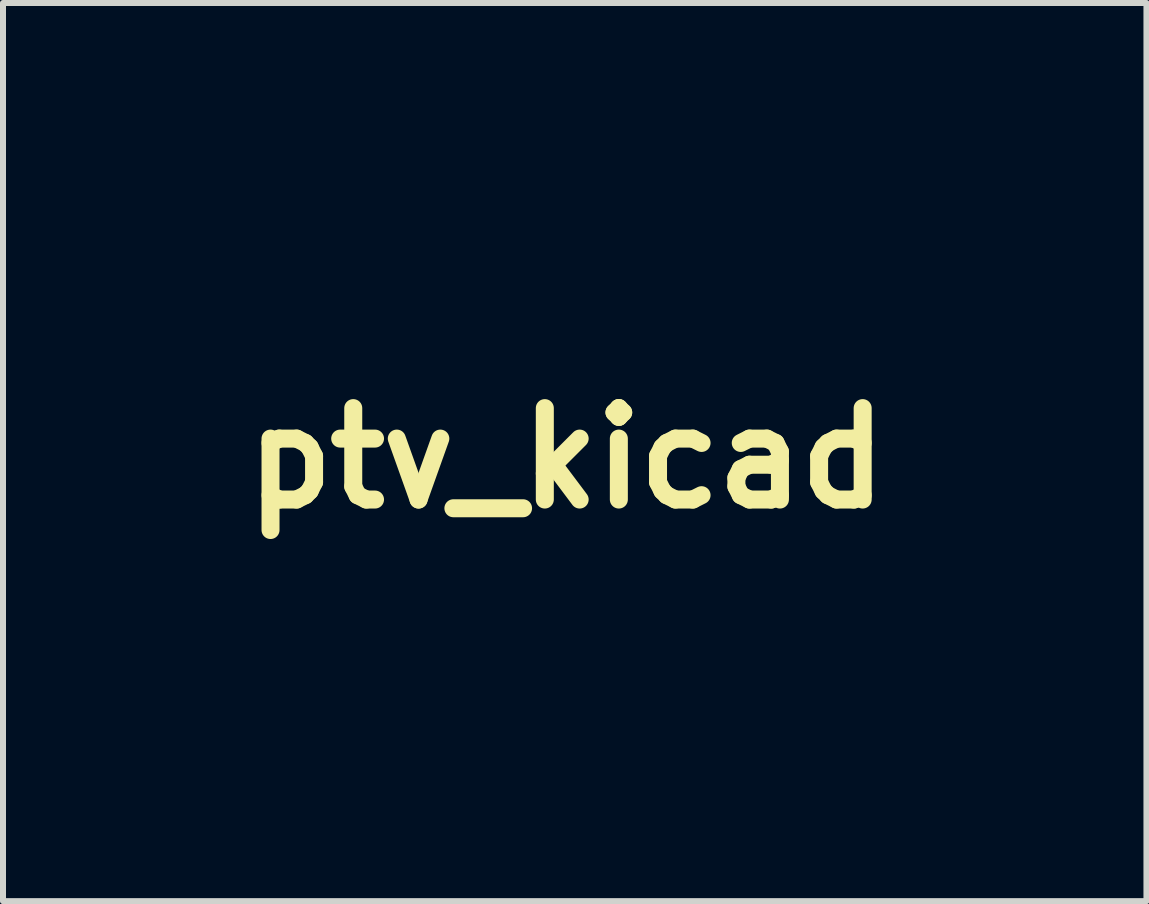
<source format=kicad_pcb>
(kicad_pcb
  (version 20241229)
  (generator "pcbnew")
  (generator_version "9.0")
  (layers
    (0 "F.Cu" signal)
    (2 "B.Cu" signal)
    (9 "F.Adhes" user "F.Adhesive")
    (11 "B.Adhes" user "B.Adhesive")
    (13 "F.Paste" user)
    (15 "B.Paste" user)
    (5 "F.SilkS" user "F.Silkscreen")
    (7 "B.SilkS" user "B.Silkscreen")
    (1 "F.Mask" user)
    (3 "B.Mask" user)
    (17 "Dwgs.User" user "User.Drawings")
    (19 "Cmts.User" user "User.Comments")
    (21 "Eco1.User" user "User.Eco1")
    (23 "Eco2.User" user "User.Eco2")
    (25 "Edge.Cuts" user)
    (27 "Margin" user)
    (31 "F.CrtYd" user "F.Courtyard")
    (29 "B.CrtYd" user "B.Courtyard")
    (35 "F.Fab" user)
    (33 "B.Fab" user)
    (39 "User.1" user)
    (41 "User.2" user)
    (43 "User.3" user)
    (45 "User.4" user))
  (footprint "ptv_kicad"
    (layer "F.Cu")
    (at 6.394 4.587)
    (property "Reference" "ptv_kicad" (at 0 0 0) (layer "F.SilkS") (effects (font (size 1.524 1.524) (thickness 0.3))))
    (attr through_hole)
    (fp_poly (pts (xy -1.658 1.75) (xy -1.674 1.766) (xy -1.69 1.75) (xy -1.674 1.734) (xy -1.658 1.75)) (stroke (width 0.01) (type solid)) (fill no) (layer "Eco2.User"))
    (fp_poly (pts (xy -1.373 3.385) (xy -2.325 3.385) (xy -2.325 3.131) (xy -1.373 3.131) (xy -1.373 3.385)) (stroke (width 0.01) (type solid)) (fill no) (layer "Eco2.User"))
    (fp_poly (pts (xy -0.674 -0.79) (xy -0.69 -0.774) (xy -0.706 -0.79) (xy -0.69 -0.806) (xy -0.674 -0.79)) (stroke (width 0.01) (type solid)) (fill no) (layer "Eco2.User"))
    (fp_poly (pts (xy -0.642 -0.377) (xy -0.658 -0.362) (xy -0.674 -0.377) (xy -0.658 -0.393) (xy -0.642 -0.377)) (stroke (width 0.01) (type solid)) (fill no) (layer "Eco2.User"))
    (fp_poly (pts (xy 0.501 0.861) (xy 0.485 0.877) (xy 0.469 0.861) (xy 0.485 0.845) (xy 0.501 0.861)) (stroke (width 0.01) (type solid)) (fill no) (layer "Eco2.User"))
    (fp_poly (pts (xy 0.786 -2.187) (xy 0.77 -2.171) (xy 0.755 -2.187) (xy 0.77 -2.203) (xy 0.786 -2.187)) (stroke (width 0.01) (type solid)) (fill no) (layer "Eco2.User"))
    (fp_poly (pts (xy 1.04 -4.187) (xy 1.024 -4.172) (xy 1.009 -4.187) (xy 1.024 -4.203) (xy 1.04 -4.187)) (stroke (width 0.01) (type solid)) (fill no) (layer "Eco2.User"))
    (fp_poly (pts (xy 1.072 -1.933) (xy 1.056 -1.917) (xy 1.04 -1.933) (xy 1.056 -1.949) (xy 1.072 -1.933)) (stroke (width 0.01) (type solid)) (fill no) (layer "Eco2.User"))
    (fp_poly (pts (xy 2.088 4.369) (xy 1.675 4.369) (xy 1.675 3.131) (xy 2.088 3.131) (xy 2.088 4.369)) (stroke (width 0.01) (type solid)) (fill no) (layer "Eco2.User"))
    (fp_poly (pts (xy 2.342 2.099) (xy 2.326 2.115) (xy 2.31 2.099) (xy 2.326 2.083) (xy 2.342 2.099)) (stroke (width 0.01) (type solid)) (fill no) (layer "Eco2.User"))
    (fp_poly (pts (xy -0.685 -1.716) (xy -0.689 -1.697) (xy -0.706 -1.695) (xy -0.732 -1.707) (xy -0.727 -1.716) (xy -0.689 -1.72) (xy -0.685 -1.716)) (stroke (width 0.01) (type solid)) (fill no) (layer "Eco2.User"))
    (fp_poly (pts (xy -0.304 -0.414) (xy -0.308 -0.396) (xy -0.325 -0.393) (xy -0.351 -0.405) (xy -0.346 -0.414) (xy -0.308 -0.418) (xy -0.304 -0.414)) (stroke (width 0.01) (type solid)) (fill no) (layer "Eco2.User"))
    (fp_poly (pts (xy 2.27 2.096) (xy 2.261 2.11) (xy 2.228 2.112) (xy 2.194 2.105) (xy 2.209 2.093) (xy 2.259 2.089) (xy 2.27 2.096)) (stroke (width 0.01) (type solid)) (fill no) (layer "Eco2.User"))
    (fp_poly (pts (xy -1.976 3.794) (xy -1.969 3.918) (xy -1.942 3.997) (xy -1.881 4.042) (xy -1.775 4.066) (xy -1.708 4.074) (xy -1.531 4.092) (xy -1.531 4.369) (xy -1.793 4.367) (xy -1.935 4.361) (xy -2.07 4.347) (xy -2.171 4.329) (xy -2.182 4.326) (xy -2.309 4.288) (xy -2.327 3.607) (xy -1.976 3.607) (xy -1.976 3.794)) (stroke (width 0.01) (type solid)) (fill no) (layer "Eco2.User"))
    (fp_poly (pts (xy 6.13 3.132) (xy 6.276 3.136) (xy 6.379 3.143) (xy 6.451 3.155) (xy 6.501 3.172) (xy 6.526 3.186) (xy 6.594 3.234) (xy 6.636 3.273) (xy 6.644 3.314) (xy 6.65 3.408) (xy 6.656 3.542) (xy 6.659 3.707) (xy 6.66 3.839) (xy 6.66 4.372) (xy 6.446 4.363) (xy 6.231 4.353) (xy 6.226 3.896) (xy 6.222 3.706) (xy 6.216 3.57) (xy 6.203 3.479) (xy 6.178 3.425) (xy 6.138 3.397) (xy 6.078 3.387) (xy 6.001 3.385) (xy 5.866 3.385) (xy 5.866 4.369) (xy 5.422 4.369) (xy 5.422 3.131) (xy 5.931 3.131) (xy 6.13 3.132)) (stroke (width 0.01) (type solid)) (fill no) (layer "Eco2.User"))
    (fp_poly (pts (xy -5.766 3.143) (xy -5.55 3.178) (xy -5.391 3.236) (xy -5.302 3.302) (xy -5.251 3.401) (xy -5.246 3.522) (xy -5.285 3.646) (xy -5.345 3.733) (xy -5.399 3.787) (xy -5.45 3.821) (xy -5.517 3.839) (xy -5.619 3.85) (xy -5.694 3.855) (xy -5.945 3.869) (xy -5.945 4.369) (xy -6.389 4.369) (xy -6.389 3.607) (xy -6.137 3.607) (xy -5.951 3.6) (xy -5.823 3.579) (xy -5.748 3.542) (xy -5.723 3.488) (xy -5.722 3.484) (xy -5.731 3.442) (xy -5.763 3.413) (xy -5.829 3.396) (xy -5.938 3.387) (xy -6.1 3.385) (xy -6.106 3.385) (xy -6.389 3.385) (xy -6.389 3.131) (xy -6.036 3.131) (xy -5.766 3.143)) (stroke (width 0.01) (type solid)) (fill no) (layer "Eco2.User"))
    (fp_poly (pts (xy -4.648 3.133) (xy -4.517 3.139) (xy -4.423 3.147) (xy -4.377 3.157) (xy -4.375 3.159) (xy -4.335 3.184) (xy -4.259 3.206) (xy -4.25 3.207) (xy -4.159 3.243) (xy -4.105 3.317) (xy -4.104 3.321) (xy -4.082 3.434) (xy -4.119 3.541) (xy -4.216 3.647) (xy -4.236 3.663) (xy -4.353 3.756) (xy -4.244 3.859) (xy -4.184 3.92) (xy -4.151 3.976) (xy -4.138 4.048) (xy -4.135 4.161) (xy -4.135 4.165) (xy -4.135 4.369) (xy -4.579 4.369) (xy -4.579 4.158) (xy -4.584 4.033) (xy -4.605 3.949) (xy -4.652 3.898) (xy -4.737 3.872) (xy -4.869 3.863) (xy -4.952 3.862) (xy -5.214 3.861) (xy -5.214 3.607) (xy -4.947 3.607) (xy -4.788 3.605) (xy -4.682 3.596) (xy -4.618 3.577) (xy -4.588 3.545) (xy -4.579 3.498) (xy -4.579 3.496) (xy -4.587 3.448) (xy -4.617 3.416) (xy -4.679 3.397) (xy -4.784 3.387) (xy -4.941 3.385) (xy -4.947 3.385) (xy -5.214 3.385) (xy -5.214 3.131) (xy -4.804 3.131) (xy -4.648 3.133)) (stroke (width 0.01) (type solid)) (fill no) (layer "Eco2.User"))
    (fp_poly (pts (xy 2.57 3.133) (xy 2.629 3.144) (xy 2.658 3.17) (xy 2.672 3.21) (xy 2.707 3.285) (xy 2.767 3.369) (xy 2.779 3.383) (xy 2.855 3.468) (xy 2.926 3.556) (xy 3.008 3.665) (xy 3.089 3.779) (xy 3.199 3.936) (xy 3.199 3.131) (xy 3.676 3.131) (xy 3.676 4.369) (xy 3.203 4.369) (xy 3.193 4.234) (xy 3.182 4.099) (xy 3.139 4.185) (xy 3.095 4.246) (xy 3.026 4.291) (xy 2.925 4.323) (xy 2.78 4.345) (xy 2.583 4.359) (xy 2.541 4.361) (xy 2.183 4.377) (xy 2.183 4.083) (xy 2.419 4.083) (xy 2.541 4.081) (xy 2.642 4.074) (xy 2.702 4.065) (xy 2.705 4.064) (xy 2.736 4.028) (xy 2.753 3.965) (xy 2.753 3.901) (xy 2.733 3.864) (xy 2.724 3.861) (xy 2.692 3.835) (xy 2.654 3.77) (xy 2.647 3.753) (xy 2.606 3.674) (xy 2.563 3.622) (xy 2.559 3.618) (xy 2.491 3.557) (xy 2.414 3.46) (xy 2.346 3.351) (xy 2.302 3.255) (xy 2.296 3.234) (xy 2.274 3.131) (xy 2.463 3.131) (xy 2.57 3.133)) (stroke (width 0.01) (type solid)) (fill no) (layer "Eco2.User"))
    (fp_poly (pts (xy 4.779 3.153) (xy 4.982 3.216) (xy 5.141 3.317) (xy 5.253 3.453) (xy 5.315 3.621) (xy 5.325 3.75) (xy 5.314 3.842) (xy 5.287 3.944) (xy 5.252 4.037) (xy 5.216 4.098) (xy 5.2 4.11) (xy 5.146 4.143) (xy 5.101 4.193) (xy 5.086 4.235) (xy 5.088 4.241) (xy 5.072 4.265) (xy 5.007 4.292) (xy 4.908 4.319) (xy 4.789 4.343) (xy 4.665 4.359) (xy 4.549 4.366) (xy 4.531 4.366) (xy 4.399 4.358) (xy 4.272 4.34) (xy 4.201 4.324) (xy 4.12 4.291) (xy 4.069 4.257) (xy 4.064 4.248) (xy 4.026 4.214) (xy 4.006 4.21) (xy 3.966 4.196) (xy 3.961 4.185) (xy 3.942 4.145) (xy 3.897 4.09) (xy 3.81 3.953) (xy 3.771 3.794) (xy 3.774 3.741) (xy 4.186 3.741) (xy 4.204 3.866) (xy 4.279 3.969) (xy 4.352 4.023) (xy 4.486 4.073) (xy 4.625 4.062) (xy 4.76 3.993) (xy 4.807 3.953) (xy 4.891 3.839) (xy 4.914 3.724) (xy 4.874 3.612) (xy 4.838 3.566) (xy 4.783 3.501) (xy 4.751 3.452) (xy 4.75 3.448) (xy 4.714 3.423) (xy 4.637 3.4) (xy 4.599 3.394) (xy 4.447 3.398) (xy 4.324 3.452) (xy 4.239 3.548) (xy 4.221 3.588) (xy 4.186 3.741) (xy 3.774 3.741) (xy 3.779 3.628) (xy 3.833 3.473) (xy 3.93 3.344) (xy 3.966 3.314) (xy 4.108 3.22) (xy 4.24 3.164) (xy 4.386 3.137) (xy 4.537 3.131) (xy 4.779 3.153)) (stroke (width 0.01) (type solid)) (fill no) (layer "Eco2.User"))
    (fp_poly (pts (xy 0.645 3.234) (xy 0.671 3.32) (xy 0.703 3.381) (xy 0.703 3.382) (xy 0.73 3.433) (xy 0.767 3.526) (xy 0.804 3.634) (xy 0.841 3.739) (xy 0.875 3.817) (xy 0.9 3.851) (xy 0.9 3.851) (xy 0.923 3.829) (xy 0.95 3.76) (xy 0.973 3.679) (xy 1 3.575) (xy 1.025 3.495) (xy 1.04 3.464) (xy 1.065 3.417) (xy 1.098 3.333) (xy 1.113 3.29) (xy 1.161 3.147) (xy 1.366 3.138) (xy 1.484 3.136) (xy 1.553 3.145) (xy 1.586 3.167) (xy 1.591 3.177) (xy 1.595 3.219) (xy 1.584 3.226) (xy 1.553 3.253) (xy 1.518 3.317) (xy 1.492 3.392) (xy 1.485 3.442) (xy 1.473 3.497) (xy 1.443 3.587) (xy 1.402 3.693) (xy 1.358 3.798) (xy 1.318 3.881) (xy 1.29 3.925) (xy 1.288 3.926) (xy 1.268 3.963) (xy 1.236 4.044) (xy 1.2 4.151) (xy 1.199 4.156) (xy 1.133 4.369) (xy 0.88 4.369) (xy 0.755 4.368) (xy 0.68 4.363) (xy 0.642 4.349) (xy 0.629 4.323) (xy 0.628 4.294) (xy 0.614 4.227) (xy 0.577 4.128) (xy 0.533 4.032) (xy 0.484 3.93) (xy 0.449 3.846) (xy 0.437 3.802) (xy 0.425 3.745) (xy 0.396 3.665) (xy 0.394 3.66) (xy 0.337 3.525) (xy 0.302 3.434) (xy 0.284 3.369) (xy 0.279 3.317) (xy 0.278 3.304) (xy 0.267 3.245) (xy 0.247 3.226) (xy 0.218 3.2) (xy 0.215 3.179) (xy 0.229 3.152) (xy 0.278 3.137) (xy 0.376 3.131) (xy 0.419 3.131) (xy 0.623 3.131) (xy 0.645 3.234)) (stroke (width 0.01) (type solid)) (fill no) (layer "Eco2.User"))
    (fp_poly (pts (xy -3.191 3.139) (xy -3.049 3.149) (xy -2.918 3.168) (xy -2.822 3.19) (xy -2.803 3.196) (xy -2.717 3.246) (xy -2.627 3.319) (xy -2.548 3.4) (xy -2.496 3.474) (xy -2.485 3.51) (xy -2.474 3.569) (xy -2.448 3.653) (xy -2.445 3.662) (xy -2.423 3.749) (xy -2.435 3.811) (xy -2.445 3.83) (xy -2.476 3.897) (xy -2.484 3.933) (xy -2.502 3.978) (xy -2.549 4.055) (xy -2.611 4.143) (xy -2.675 4.225) (xy -2.72 4.28) (xy -2.738 4.295) (xy -2.738 4.295) (xy -2.765 4.293) (xy -2.834 4.307) (xy -2.889 4.323) (xy -3.029 4.351) (xy -3.199 4.364) (xy -3.375 4.362) (xy -3.534 4.346) (xy -3.636 4.321) (xy -3.757 4.254) (xy -3.875 4.152) (xy -3.975 4.032) (xy -4.041 3.912) (xy -4.056 3.86) (xy -4.061 3.754) (xy -3.66 3.754) (xy -3.61 3.872) (xy -3.534 3.961) (xy -3.408 4.054) (xy -3.276 4.087) (xy -3.127 4.06) (xy -3.102 4.051) (xy -2.986 3.979) (xy -2.918 3.867) (xy -2.898 3.728) (xy -2.906 3.623) (xy -2.931 3.56) (xy -2.939 3.553) (xy -2.986 3.502) (xy -3 3.474) (xy -3.041 3.437) (xy -3.122 3.41) (xy -3.224 3.395) (xy -3.33 3.392) (xy -3.423 3.401) (xy -3.485 3.425) (xy -3.5 3.451) (xy -3.522 3.49) (xy -3.575 3.546) (xy -3.579 3.55) (xy -3.65 3.645) (xy -3.66 3.754) (xy -4.061 3.754) (xy -4.066 3.67) (xy -4.024 3.512) (xy -3.928 3.375) (xy -3.901 3.349) (xy -3.763 3.243) (xy -3.61 3.175) (xy -3.43 3.142) (xy -3.206 3.138) (xy -3.191 3.139)) (stroke (width 0.01) (type solid)) (fill no) (layer "Eco2.User"))
    (fp_poly (pts (xy -0.463 3.136) (xy -0.333 3.15) (xy -0.222 3.169) (xy -0.169 3.185) (xy -0.029 3.264) (xy 0.099 3.379) (xy 0.2 3.516) (xy 0.263 3.658) (xy 0.278 3.756) (xy 0.263 3.85) (xy 0.212 3.95) (xy 0.118 4.071) (xy 0.099 4.091) (xy 0.038 4.166) (xy -0.001 4.222) (xy -0.007 4.24) (xy -0.036 4.269) (xy -0.113 4.3) (xy -0.223 4.328) (xy -0.349 4.351) (xy -0.477 4.364) (xy -0.552 4.366) (xy -0.69 4.358) (xy -0.83 4.338) (xy -0.905 4.322) (xy -1.044 4.273) (xy -1.127 4.22) (xy -1.15 4.171) (xy -1.173 4.131) (xy -1.224 4.082) (xy -1.301 3.984) (xy -1.345 3.852) (xy -1.354 3.713) (xy -0.96 3.713) (xy -0.937 3.786) (xy -0.88 3.878) (xy -0.803 3.968) (xy -0.723 4.036) (xy -0.69 4.055) (xy -0.593 4.073) (xy -0.475 4.064) (xy -0.369 4.031) (xy -0.322 4.002) (xy -0.276 3.944) (xy -0.261 3.904) (xy -0.243 3.865) (xy -0.23 3.861) (xy -0.203 3.834) (xy -0.202 3.757) (xy -0.227 3.641) (xy -0.237 3.607) (xy -0.304 3.488) (xy -0.41 3.415) (xy -0.553 3.393) (xy -0.624 3.399) (xy -0.719 3.423) (xy -0.785 3.472) (xy -0.835 3.542) (xy -0.886 3.611) (xy -0.925 3.648) (xy -0.936 3.65) (xy -0.954 3.665) (xy -0.96 3.713) (xy -1.354 3.713) (xy -1.355 3.704) (xy -1.331 3.56) (xy -1.273 3.439) (xy -1.222 3.385) (xy -1.174 3.342) (xy -1.162 3.322) (xy -1.164 3.321) (xy -1.18 3.311) (xy -1.153 3.284) (xy -1.098 3.252) (xy -1.031 3.223) (xy -0.98 3.209) (xy -0.9 3.188) (xy -0.85 3.163) (xy -0.847 3.159) (xy -0.804 3.141) (xy -0.714 3.131) (xy -0.595 3.13) (xy -0.463 3.136)) (stroke (width 0.01) (type solid)) (fill no) (layer "Eco2.User"))
    (fp_poly (pts (xy 0.492 -2.213) (xy 0.593 -2.198) (xy 0.657 -2.178) (xy 0.673 -2.153) (xy 0.659 -2.14) (xy 0.659 -2.119) (xy 0.714 -2.099) (xy 0.736 -2.095) (xy 0.81 -2.073) (xy 0.848 -2.048) (xy 0.85 -2.043) (xy 0.873 -2.013) (xy 0.879 -2.013) (xy 0.921 -1.993) (xy 0.979 -1.944) (xy 1.039 -1.882) (xy 1.087 -1.823) (xy 1.106 -1.782) (xy 1.103 -1.774) (xy 1.095 -1.739) (xy 1.117 -1.709) (xy 1.146 -1.653) (xy 1.171 -1.559) (xy 1.183 -1.481) (xy 1.196 -1.376) (xy 1.207 -1.296) (xy 1.213 -1.266) (xy 1.21 -1.215) (xy 1.194 -1.159) (xy 1.169 -1.074) (xy 1.148 -0.973) (xy 1.147 -0.968) (xy 1.114 -0.834) (xy 1.066 -0.76) (xy 1.018 -0.743) (xy 0.984 -0.733) (xy 0.986 -0.722) (xy 0.98 -0.69) (xy 0.937 -0.635) (xy 0.874 -0.573) (xy 0.805 -0.518) (xy 0.746 -0.485) (xy 0.738 -0.482) (xy 0.69 -0.456) (xy 0.683 -0.431) (xy 0.666 -0.397) (xy 0.646 -0.393) (xy 0.598 -0.372) (xy 0.589 -0.357) (xy 0.553 -0.337) (xy 0.468 -0.323) (xy 0.352 -0.313) (xy 0.218 -0.309) (xy 0.082 -0.31) (xy -0.039 -0.317) (xy -0.132 -0.329) (xy -0.179 -0.348) (xy -0.219 -0.375) (xy -0.24 -0.353) (xy -0.252 -0.351) (xy -0.256 -0.377) (xy -0.103 -0.377) (xy -0.087 -0.362) (xy -0.071 -0.377) (xy -0.087 -0.393) (xy -0.103 -0.377) (xy -0.256 -0.377) (xy -0.259 -0.4) (xy -0.259 -0.401) (xy -0.27 -0.463) (xy -0.311 -0.486) (xy -0.359 -0.489) (xy -0.422 -0.497) (xy -0.437 -0.519) (xy -0.436 -0.52) (xy -0.444 -0.547) (xy -0.468 -0.552) (xy -0.504 -0.564) (xy -0.503 -0.578) (xy -0.513 -0.614) (xy -0.543 -0.643) (xy -0.182 -0.643) (xy -0.071 -0.598) (xy 0.061 -0.568) (xy 0.221 -0.565) (xy 0.381 -0.587) (xy 0.501 -0.627) (xy 0.639 -0.697) (xy 0.731 -0.752) (xy 0.787 -0.799) (xy 0.821 -0.848) (xy 0.825 -0.856) (xy 0.859 -0.913) (xy 0.884 -0.933) (xy 0.91 -0.962) (xy 0.933 -1.04) (xy 0.951 -1.15) (xy 0.963 -1.279) (xy 0.966 -1.41) (xy 0.961 -1.508) (xy 0.944 -1.64) (xy 0.927 -1.709) (xy 0.914 -1.716) (xy 0.906 -1.661) (xy 0.906 -1.543) (xy 0.908 -1.508) (xy 0.898 -1.305) (xy 0.842 -1.133) (xy 0.733 -0.975) (xy 0.707 -0.946) (xy 0.654 -0.878) (xy 0.628 -0.823) (xy 0.628 -0.817) (xy 0.604 -0.778) (xy 0.588 -0.774) (xy 0.532 -0.76) (xy 0.469 -0.733) (xy 0.256 -0.65) (xy 0.053 -0.62) (xy -0.03 -0.625) (xy -0.182 -0.643) (xy -0.543 -0.643) (xy -0.547 -0.647) (xy -0.562 -0.663) (xy -0.23 -0.663) (xy -0.214 -0.647) (xy -0.198 -0.663) (xy -0.214 -0.679) (xy -0.23 -0.663) (xy -0.562 -0.663) (xy -0.588 -0.69) (xy -0.591 -0.717) (xy -0.599 -0.741) (xy -0.609 -0.743) (xy -0.632 -0.77) (xy -0.645 -0.838) (xy -0.645 -0.846) (xy -0.651 -0.903) (xy -0.662 -0.912) (xy -0.664 -0.907) (xy -0.688 -0.898) (xy -0.725 -0.949) (xy -0.728 -0.955) (xy -0.755 -1.047) (xy -0.767 -1.171) (xy -0.763 -1.304) (xy -0.745 -1.425) (xy -0.722 -1.489) (xy -0.674 -1.489) (xy -0.658 -1.473) (xy -0.642 -1.489) (xy -0.658 -1.505) (xy -0.674 -1.489) (xy -0.722 -1.489) (xy -0.714 -1.509) (xy -0.708 -1.518) (xy -0.684 -1.555) (xy -0.698 -1.556) (xy -0.732 -1.557) (xy -0.738 -1.582) (xy -0.713 -1.625) (xy -0.69 -1.632) (xy -0.648 -1.656) (xy -0.642 -1.677) (xy -0.621 -1.735) (xy -0.603 -1.759) (xy 0.818 -1.759) (xy 0.83 -1.732) (xy 0.839 -1.737) (xy 0.843 -1.775) (xy 0.839 -1.78) (xy 0.82 -1.775) (xy 0.818 -1.759) (xy -0.603 -1.759) (xy -0.593 -1.772) (xy -0.57 -1.806) (xy 1.009 -1.806) (xy 1.024 -1.79) (xy 1.04 -1.806) (xy 1.024 -1.822) (xy 1.009 -1.806) (xy -0.57 -1.806) (xy -0.56 -1.821) (xy -0.559 -1.847) (xy -0.559 -1.87) (xy 0.755 -1.87) (xy 0.77 -1.854) (xy 0.786 -1.87) (xy 0.77 -1.886) (xy 0.755 -1.87) (xy -0.559 -1.87) (xy -0.559 -1.896) (xy -0.516 -1.94) (xy -0.459 -1.957) (xy -0.413 -1.971) (xy -0.408 -1.987) (xy -0.397 -2.009) (xy -0.373 -2.013) (xy -0.338 -2.027) (xy -0.341 -2.044) (xy -0.331 -2.069) (xy -0.297 -2.076) (xy -0.229 -2.101) (xy -0.2 -2.132) (xy -0.175 -2.16) (xy -0.167 -2.147) (xy -0.14 -2.115) (xy -0.111 -2.11) (xy -0.081 -2.118) (xy -0.095 -2.129) (xy -0.131 -2.158) (xy -0.134 -2.169) (xy -0.13 -2.183) (xy -0.111 -2.193) (xy -0.065 -2.201) (xy 0.018 -2.208) (xy 0.149 -2.215) (xy 0.221 -2.219) (xy 0.365 -2.221) (xy 0.492 -2.213)) (stroke (width 0.01) (type solid)) (fill no) (layer "Eco2.User"))
    (fp_poly (pts (xy -0.965 -4.552) (xy -0.861 -4.489) (xy -0.833 -4.458) (xy -0.788 -4.365) (xy -0.764 -4.259) (xy -0.764 -4.256) (xy -0.75 -4.174) (xy -0.717 -4.142) (xy -0.701 -4.14) (xy -0.636 -4.118) (xy -0.588 -4.082) (xy -0.528 -4.028) (xy -0.442 -3.96) (xy -0.404 -3.933) (xy -0.313 -3.861) (xy -0.232 -3.791) (xy -0.21 -3.768) (xy -0.156 -3.717) (xy -0.119 -3.695) (xy -0.118 -3.695) (xy -0.083 -3.674) (xy -0.024 -3.622) (xy -0.003 -3.6) (xy 0.091 -3.526) (xy 0.181 -3.509) (xy 0.276 -3.551) (xy 0.365 -3.632) (xy 0.439 -3.702) (xy 0.5 -3.749) (xy 0.526 -3.759) (xy 0.553 -3.776) (xy 0.548 -3.791) (xy 0.551 -3.82) (xy 0.562 -3.822) (xy 0.609 -3.842) (xy 0.654 -3.878) (xy 0.728 -3.94) (xy 0.786 -3.981) (xy 0.862 -4.039) (xy 0.909 -4.084) (xy 0.972 -4.129) (xy 1.016 -4.14) (xy 1.063 -4.151) (xy 1.072 -4.164) (xy 1.098 -4.191) (xy 1.159 -4.226) (xy 1.231 -4.258) (xy 1.289 -4.274) (xy 1.302 -4.274) (xy 1.326 -4.29) (xy 1.326 -4.296) (xy 1.354 -4.321) (xy 1.425 -4.355) (xy 1.493 -4.38) (xy 1.588 -4.414) (xy 1.655 -4.442) (xy 1.675 -4.454) (xy 1.747 -4.501) (xy 1.865 -4.536) (xy 2.011 -4.559) (xy 2.168 -4.567) (xy 2.32 -4.56) (xy 2.45 -4.536) (xy 2.517 -4.51) (xy 2.571 -4.476) (xy 2.584 -4.457) (xy 2.58 -4.456) (xy 2.576 -4.44) (xy 2.606 -4.411) (xy 2.656 -4.355) (xy 2.672 -4.318) (xy 2.697 -4.26) (xy 2.747 -4.19) (xy 2.75 -4.187) (xy 2.792 -4.124) (xy 2.803 -4.078) (xy 2.802 -4.075) (xy 2.806 -4.047) (xy 2.818 -4.045) (xy 2.831 -4.015) (xy 2.841 -3.937) (xy 2.847 -3.826) (xy 2.849 -3.695) (xy 2.848 -3.559) (xy 2.843 -3.434) (xy 2.834 -3.334) (xy 2.822 -3.274) (xy 2.818 -3.267) (xy 2.793 -3.212) (xy 2.76 -3.112) (xy 2.725 -2.986) (xy 2.693 -2.851) (xy 2.668 -2.725) (xy 2.653 -2.626) (xy 2.653 -2.616) (xy 2.649 -2.528) (xy 2.661 -2.488) (xy 2.698 -2.478) (xy 2.739 -2.48) (xy 2.809 -2.495) (xy 2.844 -2.52) (xy 2.881 -2.541) (xy 2.956 -2.551) (xy 3.048 -2.55) (xy 3.131 -2.539) (xy 3.185 -2.518) (xy 3.19 -2.513) (xy 3.237 -2.466) (xy 3.279 -2.438) (xy 3.324 -2.391) (xy 3.347 -2.305) (xy 3.352 -2.255) (xy 3.367 -2.154) (xy 3.395 -2.11) (xy 3.407 -2.108) (xy 3.455 -2.083) (xy 3.504 -2.028) (xy 3.554 -1.971) (xy 3.598 -1.949) (xy 3.644 -1.927) (xy 3.697 -1.873) (xy 3.74 -1.811) (xy 3.755 -1.762) (xy 3.753 -1.755) (xy 3.762 -1.731) (xy 3.785 -1.727) (xy 3.823 -1.701) (xy 3.834 -1.632) (xy 3.842 -1.565) (xy 3.861 -1.536) (xy 3.861 -1.536) (xy 3.875 -1.507) (xy 3.887 -1.43) (xy 3.894 -1.32) (xy 3.895 -1.298) (xy 3.895 -1.184) (xy 3.889 -1.1) (xy 3.878 -1.061) (xy 3.876 -1.06) (xy 3.849 -1.034) (xy 3.809 -0.965) (xy 3.777 -0.901) (xy 3.732 -0.814) (xy 3.692 -0.756) (xy 3.674 -0.743) (xy 3.634 -0.722) (xy 3.57 -0.671) (xy 3.544 -0.647) (xy 3.473 -0.588) (xy 3.415 -0.555) (xy 3.401 -0.552) (xy 3.362 -0.535) (xy 3.358 -0.524) (xy 3.331 -0.495) (xy 3.288 -0.478) (xy 3.242 -0.456) (xy 3.239 -0.438) (xy 3.24 -0.402) (xy 3.194 -0.361) (xy 3.116 -0.325) (xy 3.089 -0.317) (xy 3 -0.289) (xy 2.893 -0.246) (xy 2.861 -0.232) (xy 2.777 -0.196) (xy 2.719 -0.174) (xy 2.707 -0.171) (xy 2.671 -0.151) (xy 2.64 -0.124) (xy 2.61 -0.069) (xy 2.626 -0.015) (xy 2.653 0.067) (xy 2.66 0.128) (xy 2.669 0.193) (xy 2.695 0.3) (xy 2.732 0.431) (xy 2.755 0.507) (xy 2.8 0.658) (xy 2.829 0.784) (xy 2.844 0.912) (xy 2.85 1.065) (xy 2.85 1.153) (xy 2.849 1.312) (xy 2.843 1.424) (xy 2.83 1.505) (xy 2.806 1.572) (xy 2.771 1.641) (xy 2.77 1.642) (xy 2.72 1.735) (xy 2.682 1.812) (xy 2.671 1.837) (xy 2.628 1.888) (xy 2.576 1.912) (xy 2.519 1.935) (xy 2.501 1.955) (xy 2.472 1.99) (xy 2.394 2.019) (xy 2.284 2.039) (xy 2.155 2.05) (xy 2.022 2.051) (xy 1.901 2.039) (xy 1.812 2.016) (xy 1.724 1.98) (xy 1.659 1.954) (xy 1.575 1.926) (xy 1.532 1.916) (xy 1.484 1.893) (xy 1.476 1.87) (xy 1.452 1.844) (xy 1.385 1.819) (xy 1.349 1.812) (xy 1.254 1.784) (xy 1.184 1.742) (xy 1.174 1.73) (xy 1.115 1.682) (xy 1.071 1.67) (xy 1.011 1.646) (xy 0.958 1.591) (xy 0.907 1.534) (xy 0.862 1.512) (xy 0.822 1.493) (xy 0.818 1.48) (xy 0.791 1.455) (xy 0.746 1.448) (xy 0.685 1.425) (xy 0.625 1.372) (xy 0.59 1.311) (xy 0.589 1.282) (xy 0.57 1.261) (xy 0.548 1.258) (xy 0.506 1.24) (xy 0.501 1.224) (xy 0.481 1.205) (xy 0.469 1.21) (xy 0.442 1.203) (xy 0.437 1.18) (xy 0.412 1.137) (xy 0.389 1.131) (xy 0.337 1.108) (xy 0.275 1.054) (xy 0.272 1.051) (xy 0.19 0.986) (xy 0.114 0.979) (xy 0.051 1.032) (xy 0.049 1.035) (xy 0.008 1.085) (xy -0.017 1.099) (xy -0.06 1.119) (xy -0.085 1.139) (xy -0.144 1.188) (xy -0.194 1.225) (xy -0.245 1.272) (xy -0.261 1.305) (xy -0.288 1.357) (xy -0.349 1.409) (xy -0.422 1.444) (xy -0.452 1.448) (xy -0.504 1.462) (xy -0.515 1.48) (xy -0.541 1.507) (xy -0.568 1.512) (xy -0.604 1.521) (xy -0.602 1.531) (xy -0.603 1.565) (xy -0.635 1.604) (xy -0.673 1.62) (xy -0.682 1.618) (xy -0.704 1.631) (xy -0.711 1.661) (xy -0.748 1.824) (xy -0.827 1.942) (xy -0.946 2.012) (xy -0.96 2.016) (xy -1.043 2.028) (xy -1.146 2.028) (xy -1.243 2.018) (xy -1.309 2) (xy -1.317 1.995) (xy -1.37 1.98) (xy -1.468 1.992) (xy -1.53 2.006) (xy -1.737 2.041) (xy -1.948 2.043) (xy -2.063 2.029) (xy -2.119 2.006) (xy -2.135 1.984) (xy -2.154 1.967) (xy -2.166 1.972) (xy -2.196 1.97) (xy -2.198 1.958) (xy -2.224 1.928) (xy -2.246 1.924) (xy -2.277 1.906) (xy -1.033 1.906) (xy -1.024 1.923) (xy -1.011 1.924) (xy -0.953 1.903) (xy -0.91 1.87) (xy -0.878 1.824) (xy -0.895 1.803) (xy -0.942 1.815) (xy -0.995 1.858) (xy -1.033 1.906) (xy -2.277 1.906) (xy -2.288 1.899) (xy -2.293 1.876) (xy -2.319 1.823) (xy -2.341 1.809) (xy -2.383 1.77) (xy -2.389 1.748) (xy -2.413 1.696) (xy -2.433 1.68) (xy -2.474 1.623) (xy -2.503 1.512) (xy -2.519 1.353) (xy -2.524 1.154) (xy -2.523 1.131) (xy -2.293 1.131) (xy -2.29 1.29) (xy -2.281 1.396) (xy -2.265 1.445) (xy -2.26 1.448) (xy -2.241 1.468) (xy -2.246 1.48) (xy -2.243 1.509) (xy -2.232 1.512) (xy -2.205 1.538) (xy -2.198 1.577) (xy -2.186 1.621) (xy -2.166 1.623) (xy -2.137 1.626) (xy -2.135 1.638) (xy -2.108 1.673) (xy -2.055 1.702) (xy -1.996 1.735) (xy -1.976 1.765) (xy -1.948 1.788) (xy -1.877 1.797) (xy -1.781 1.791) (xy -1.678 1.773) (xy -1.59 1.744) (xy -1.546 1.718) (xy -0.833 1.718) (xy -0.817 1.734) (xy -0.801 1.718) (xy -0.817 1.702) (xy -0.833 1.718) (xy -1.546 1.718) (xy -1.504 1.694) (xy -1.47 1.638) (xy -1.468 1.619) (xy -1.452 1.511) (xy -1.407 1.456) (xy -1.373 1.448) (xy -1.314 1.423) (xy -1.296 1.397) (xy -1.273 1.368) (xy -1.222 1.356) (xy -1.129 1.356) (xy -1.084 1.359) (xy -0.973 1.374) (xy -0.893 1.396) (xy -0.866 1.414) (xy -0.837 1.434) (xy -0.791 1.406) (xy -0.773 1.388) (xy -0.712 1.34) (xy -0.666 1.321) (xy -0.65 1.31) (xy -0.674 1.289) (xy -0.705 1.265) (xy -0.68 1.258) (xy -0.672 1.258) (xy -0.618 1.235) (xy -0.556 1.181) (xy -0.553 1.178) (xy -0.496 1.124) (xy -0.453 1.099) (xy -0.451 1.099) (xy -0.418 1.091) (xy -0.372 1.06) (xy -0.301 0.998) (xy -0.231 0.932) (xy -0.166 0.877) (xy -0.119 0.847) (xy -0.112 0.845) (xy -0.08 0.823) (xy -0.082 0.768) (xy -0.082 0.766) (xy 0.369 0.766) (xy 0.381 0.789) (xy 0.387 0.792) (xy 0.431 0.834) (xy 0.437 0.86) (xy 0.463 0.902) (xy 0.486 0.908) (xy 0.542 0.93) (xy 0.605 0.98) (xy 0.685 1.048) (xy 0.758 1.094) (xy 0.848 1.15) (xy 0.931 1.216) (xy 0.99 1.278) (xy 1.009 1.317) (xy 1.034 1.349) (xy 1.057 1.353) (xy 1.11 1.379) (xy 1.124 1.401) (xy 1.167 1.436) (xy 1.234 1.448) (xy 1.3 1.458) (xy 1.326 1.48) (xy 1.352 1.507) (xy 1.382 1.512) (xy 1.441 1.534) (xy 1.508 1.587) (xy 1.508 1.587) (xy 1.588 1.643) (xy 1.688 1.679) (xy 1.698 1.681) (xy 1.819 1.701) (xy 1.892 1.717) (xy 1.934 1.733) (xy 1.962 1.753) (xy 1.963 1.755) (xy 2.008 1.773) (xy 2.084 1.784) (xy 2.17 1.788) (xy 2.242 1.784) (xy 2.278 1.77) (xy 2.279 1.767) (xy 2.304 1.741) (xy 2.368 1.703) (xy 2.39 1.693) (xy 2.461 1.647) (xy 2.499 1.599) (xy 2.501 1.589) (xy 2.522 1.526) (xy 2.548 1.491) (xy 2.585 1.42) (xy 2.603 1.297) (xy 2.601 1.119) (xy 2.587 0.944) (xy 2.571 0.842) (xy 2.549 0.765) (xy 2.535 0.739) (xy 2.511 0.686) (xy 2.501 0.603) (xy 2.501 0.598) (xy 2.489 0.501) (xy 2.463 0.422) (xy 2.432 0.356) (xy 2.421 0.321) (xy 2.411 0.274) (xy 2.39 0.189) (xy 2.376 0.138) (xy 2.334 -0.014) (xy 2.187 0.004) (xy 2.087 0.018) (xy 2.007 0.032) (xy 1.987 0.037) (xy 1.851 0.074) (xy 1.69 0.104) (xy 1.628 0.114) (xy 1.551 0.128) (xy 1.519 0.138) (xy 1.53 0.142) (xy 1.583 0.15) (xy 1.579 0.162) (xy 1.525 0.175) (xy 1.428 0.19) (xy 1.295 0.204) (xy 1.132 0.217) (xy 1.051 0.222) (xy 0.909 0.236) (xy 0.826 0.256) (xy 0.797 0.285) (xy 0.804 0.307) (xy 0.803 0.335) (xy 0.795 0.337) (xy 0.758 0.357) (xy 0.694 0.406) (xy 0.664 0.432) (xy 0.607 0.489) (xy 0.579 0.523) (xy 0.581 0.527) (xy 0.571 0.547) (xy 0.525 0.597) (xy 0.469 0.65) (xy 0.397 0.723) (xy 0.369 0.766) (xy -0.082 0.766) (xy -0.111 0.699) (xy -0.164 0.636) (xy -0.168 0.632) (xy -0.229 0.57) (xy -0.26 0.517) (xy -0.261 0.509) (xy -0.28 0.468) (xy -0.294 0.464) (xy -0.334 0.443) (xy -0.399 0.389) (xy -0.448 0.341) (xy -0.519 0.274) (xy -0.54 0.26) (xy -0.166 0.26) (xy -0.145 0.293) (xy -0.092 0.348) (xy -0.029 0.406) (xy 0.027 0.45) (xy 0.053 0.464) (xy 0.084 0.49) (xy 0.088 0.512) (xy 0.107 0.554) (xy 0.16 0.549) (xy 0.242 0.499) (xy 0.31 0.44) (xy 0.394 0.357) (xy 0.432 0.3) (xy 0.422 0.265) (xy 0.359 0.248) (xy 0.239 0.244) (xy 0.135 0.245) (xy 0.006 0.25) (xy -0.096 0.254) (xy -0.156 0.258) (xy -0.166 0.26) (xy -0.54 0.26) (xy -0.579 0.236) (xy -0.654 0.219) (xy -0.766 0.213) (xy -0.772 0.213) (xy -0.889 0.209) (xy -0.988 0.202) (xy -1.039 0.196) (xy -1.117 0.183) (xy -1.15 0.18) (xy -1.182 0.173) (xy -1.158 0.152) (xy -1.15 0.146) (xy -1.14 0.128) (xy -1.184 0.118) (xy -1.263 0.115) (xy -1.361 0.11) (xy -1.434 0.096) (xy -1.454 0.086) (xy -1.482 0.069) (xy -1.536 0.053) (xy -1.626 0.035) (xy -1.763 0.014) (xy -1.869 -0.001) (xy -1.955 -0.009) (xy -1.999 0.004) (xy -2.024 0.047) (xy -2.026 0.055) (xy -2.043 0.124) (xy -2.044 0.159) (xy -2.059 0.2) (xy -2.072 0.211) (xy -2.1 0.254) (xy -2.122 0.334) (xy -2.125 0.356) (xy -2.142 0.439) (xy -2.162 0.491) (xy -2.167 0.496) (xy -2.186 0.534) (xy -2.206 0.613) (xy -2.215 0.662) (xy -2.233 0.75) (xy -2.255 0.805) (xy -2.265 0.813) (xy -2.277 0.843) (xy -2.286 0.922) (xy -2.292 1.038) (xy -2.293 1.131) (xy -2.523 1.131) (xy -2.514 0.923) (xy -2.5 0.75) (xy -2.486 0.633) (xy -2.471 0.544) (xy -2.458 0.498) (xy -2.456 0.496) (xy -2.419 0.443) (xy -2.381 0.352) (xy -2.347 0.237) (xy -2.32 0.115) (xy -2.301 -0.002) (xy -2.296 -0.098) (xy -2.305 -0.158) (xy -2.321 -0.171) (xy -2.372 -0.174) (xy -2.422 -0.189) (xy -2.497 -0.224) (xy -2.516 -0.233) (xy -2.615 -0.277) (xy -2.71 -0.309) (xy -2.718 -0.311) (xy -2.814 -0.35) (xy -2.879 -0.407) (xy -2.897 -0.455) (xy -2.922 -0.485) (xy -2.944 -0.489) (xy -2.987 -0.506) (xy -2.992 -0.52) (xy -3.017 -0.55) (xy -3.032 -0.552) (xy -3.078 -0.573) (xy -3.146 -0.623) (xy -3.173 -0.647) (xy -3.241 -0.706) (xy -3.294 -0.739) (xy -3.305 -0.743) (xy -3.338 -0.77) (xy -3.382 -0.842) (xy -3.43 -0.943) (xy -3.475 -1.054) (xy -3.508 -1.162) (xy -3.524 -1.24) (xy -3.524 -1.266) (xy -3.278 -1.266) (xy -3.262 -1.251) (xy -3.246 -1.266) (xy -3.262 -1.282) (xy -3.278 -1.266) (xy -3.524 -1.266) (xy -3.526 -1.329) (xy -3.223 -1.329) (xy -3.201 -1.198) (xy -3.149 -1.067) (xy -3.079 -0.968) (xy -3.024 -0.902) (xy -2.994 -0.854) (xy -2.992 -0.846) (xy -2.967 -0.811) (xy -2.913 -0.774) (xy -2.855 -0.735) (xy -2.833 -0.705) (xy -2.807 -0.683) (xy -2.775 -0.679) (xy -2.709 -0.659) (xy -2.643 -0.616) (xy -2.577 -0.57) (xy -2.527 -0.552) (xy -2.488 -0.534) (xy -2.484 -0.522) (xy -2.456 -0.498) (xy -2.397 -0.483) (xy -2.335 -0.463) (xy -2.317 -0.433) (xy -2.298 -0.401) (xy -2.26 -0.393) (xy -2.216 -0.381) (xy -2.214 -0.362) (xy -2.208 -0.333) (xy -2.192 -0.33) (xy -2.184 -0.337) (xy -1.822 -0.337) (xy -1.821 -0.272) (xy -1.779 -0.24) (xy -1.738 -0.233) (xy -1.669 -0.221) (xy -1.563 -0.196) (xy -1.531 -0.188) (xy -1.463 -0.177) (xy -1.404 -0.173) (xy -1.353 -0.166) (xy -1.36 -0.148) (xy -1.373 -0.139) (xy -1.386 -0.12) (xy -1.345 -0.109) (xy -1.277 -0.106) (xy -1.141 -0.098) (xy -1.033 -0.084) (xy -0.971 -0.064) (xy -0.964 -0.059) (xy -0.921 -0.045) (xy -0.855 -0.045) (xy -0.795 -0.056) (xy -0.769 -0.076) (xy -0.792 -0.107) (xy -0.799 -0.108) (xy -0.831 -0.134) (xy -0.849 -0.171) (xy -0.879 -0.222) (xy -0.903 -0.235) (xy -0.95 -0.258) (xy -1.01 -0.315) (xy -1.062 -0.382) (xy -1.087 -0.437) (xy -1.087 -0.441) (xy -1.107 -0.486) (xy -1.161 -0.558) (xy -1.23 -0.637) (xy -1.303 -0.72) (xy -1.355 -0.79) (xy -1.373 -0.829) (xy -1.392 -0.866) (xy -1.404 -0.87) (xy -1.433 -0.895) (xy -1.436 -0.915) (xy -1.453 -0.97) (xy -1.489 -0.98) (xy -1.52 -0.941) (xy -1.521 -0.936) (xy -1.543 -0.883) (xy -1.559 -0.87) (xy -1.586 -0.842) (xy -1.63 -0.769) (xy -1.687 -0.66) (xy -1.748 -0.53) (xy -1.785 -0.444) (xy -1.822 -0.337) (xy -2.184 -0.337) (xy -2.161 -0.357) (xy -2.113 -0.429) (xy -2.055 -0.533) (xy -2.026 -0.592) (xy -1.969 -0.709) (xy -1.921 -0.803) (xy -1.888 -0.86) (xy -1.881 -0.87) (xy -1.856 -0.904) (xy -1.812 -0.979) (xy -1.757 -1.079) (xy -1.753 -1.086) (xy -1.698 -1.199) (xy -1.679 -1.253) (xy -1.315 -1.253) (xy -1.27 -1.157) (xy -1.228 -1.105) (xy -1.157 -1.008) (xy -1.097 -0.904) (xy -1.096 -0.901) (xy -1.04 -0.803) (xy -0.977 -0.724) (xy -0.92 -0.682) (xy -0.906 -0.679) (xy -0.875 -0.654) (xy -0.828 -0.59) (xy -0.777 -0.508) (xy -0.735 -0.424) (xy -0.733 -0.421) (xy -0.696 -0.362) (xy -0.637 -0.294) (xy -0.637 -0.293) (xy -0.566 -0.214) (xy -0.493 -0.123) (xy -0.488 -0.116) (xy -0.447 -0.066) (xy -0.405 -0.035) (xy -0.346 -0.018) (xy -0.252 -0.009) (xy -0.154 -0.004) (xy 0 0) (xy 0.16 0.001) (xy 0.291 -0.002) (xy 0.294 -0.002) (xy 0.422 -0.006) (xy 0.544 -0.01) (xy 0.603 -0.011) (xy 0.689 -0.022) (xy 0.747 -0.047) (xy 0.753 -0.052) (xy 0.772 -0.076) (xy 1.104 -0.076) (xy 1.132 -0.052) (xy 1.209 -0.046) (xy 1.322 -0.058) (xy 1.406 -0.075) (xy 1.523 -0.097) (xy 1.639 -0.112) (xy 1.65 -0.112) (xy 1.722 -0.122) (xy 1.754 -0.137) (xy 1.753 -0.141) (xy 1.773 -0.158) (xy 1.838 -0.175) (xy 1.877 -0.181) (xy 2.028 -0.209) (xy 2.121 -0.244) (xy 2.161 -0.289) (xy 2.161 -0.328) (xy 2.135 -0.38) (xy 2.114 -0.393) (xy 2.098 -0.413) (xy 2.103 -0.424) (xy 2.102 -0.472) (xy 2.072 -0.55) (xy 2.025 -0.636) (xy 1.972 -0.71) (xy 1.924 -0.752) (xy 1.918 -0.754) (xy 1.879 -0.78) (xy 1.879 -0.802) (xy 1.881 -0.851) (xy 1.861 -0.915) (xy 1.827 -0.969) (xy 1.792 -0.969) (xy 1.782 -0.961) (xy 1.754 -0.917) (xy 1.757 -0.898) (xy 1.748 -0.874) (xy 1.725 -0.87) (xy 1.682 -0.844) (xy 1.675 -0.82) (xy 1.653 -0.768) (xy 1.597 -0.705) (xy 1.582 -0.692) (xy 1.518 -0.622) (xy 1.48 -0.552) (xy 1.478 -0.543) (xy 1.455 -0.491) (xy 1.429 -0.481) (xy 1.394 -0.463) (xy 1.39 -0.443) (xy 1.369 -0.398) (xy 1.314 -0.326) (xy 1.247 -0.252) (xy 1.173 -0.172) (xy 1.121 -0.108) (xy 1.104 -0.076) (xy 0.772 -0.076) (xy 0.791 -0.098) (xy 0.854 -0.171) (xy 0.896 -0.219) (xy 0.96 -0.3) (xy 1.001 -0.37) (xy 1.008 -0.398) (xy 1.032 -0.453) (xy 1.053 -0.467) (xy 1.094 -0.503) (xy 1.147 -0.575) (xy 1.17 -0.613) (xy 1.22 -0.69) (xy 1.265 -0.736) (xy 1.28 -0.743) (xy 1.32 -0.768) (xy 1.374 -0.832) (xy 1.432 -0.918) (xy 1.48 -1.006) (xy 1.498 -1.053) (xy 1.525 -1.108) (xy 1.545 -1.124) (xy 1.575 -1.149) (xy 1.606 -1.202) (xy 1.623 -1.263) (xy 1.619 -1.275) (xy 1.995 -1.275) (xy 1.996 -1.215) (xy 2.022 -1.187) (xy 2.024 -1.187) (xy 2.054 -1.16) (xy 2.075 -1.108) (xy 2.097 -1.048) (xy 2.117 -1.028) (xy 2.141 -1.002) (xy 2.172 -0.935) (xy 2.18 -0.914) (xy 2.225 -0.82) (xy 2.278 -0.744) (xy 2.283 -0.738) (xy 2.335 -0.661) (xy 2.363 -0.583) (xy 2.384 -0.517) (xy 2.409 -0.489) (xy 2.41 -0.489) (xy 2.43 -0.461) (xy 2.437 -0.409) (xy 2.45 -0.349) (xy 2.501 -0.33) (xy 2.519 -0.33) (xy 2.573 -0.34) (xy 2.58 -0.362) (xy 2.587 -0.389) (xy 2.607 -0.393) (xy 2.657 -0.419) (xy 2.671 -0.441) (xy 2.713 -0.477) (xy 2.77 -0.489) (xy 2.83 -0.499) (xy 2.85 -0.52) (xy 2.876 -0.547) (xy 2.907 -0.552) (xy 2.968 -0.576) (xy 3.009 -0.616) (xy 3.073 -0.666) (xy 3.127 -0.679) (xy 3.183 -0.689) (xy 3.199 -0.706) (xy 3.225 -0.737) (xy 3.279 -0.769) (xy 3.345 -0.825) (xy 3.361 -0.877) (xy 3.368 -0.916) (xy 3.38 -0.907) (xy 3.404 -0.901) (xy 3.445 -0.94) (xy 3.494 -1.013) (xy 3.543 -1.105) (xy 3.578 -1.196) (xy 3.6 -1.291) (xy 3.596 -1.388) (xy 3.577 -1.474) (xy 3.55 -1.563) (xy 3.523 -1.62) (xy 3.511 -1.632) (xy 3.488 -1.657) (xy 3.485 -1.679) (xy 3.461 -1.721) (xy 3.44 -1.727) (xy 3.392 -1.746) (xy 3.33 -1.794) (xy 3.271 -1.854) (xy 3.232 -1.908) (xy 3.227 -1.939) (xy 3.223 -1.942) (xy 3.194 -1.922) (xy 3.125 -1.894) (xy 3.027 -1.882) (xy 2.928 -1.884) (xy 2.855 -1.904) (xy 2.841 -1.914) (xy 2.779 -1.945) (xy 2.752 -1.949) (xy 2.743 -1.953) (xy 2.992 -1.953) (xy 3.028 -1.95) (xy 3.041 -1.95) (xy 3.114 -1.959) (xy 3.152 -1.973) (xy 3.198 -2.028) (xy 3.241 -2.106) (xy 3.262 -2.174) (xy 3.262 -2.179) (xy 3.251 -2.184) (xy 3.223 -2.141) (xy 3.222 -2.14) (xy 3.167 -2.072) (xy 3.085 -2.011) (xy 3.072 -2.005) (xy 3.005 -1.969) (xy 2.992 -1.953) (xy 2.743 -1.953) (xy 2.694 -1.978) (xy 2.664 -2.063) (xy 2.66 -2.136) (xy 2.64 -2.228) (xy 2.588 -2.287) (xy 2.546 -2.298) (xy 2.525 -2.291) (xy 2.501 -2.264) (xy 2.47 -2.208) (xy 2.426 -2.114) (xy 2.366 -1.974) (xy 2.339 -1.91) (xy 2.293 -1.815) (xy 2.251 -1.748) (xy 2.224 -1.727) (xy 2.193 -1.699) (xy 2.161 -1.63) (xy 2.151 -1.598) (xy 2.114 -1.5) (xy 2.065 -1.42) (xy 2.055 -1.408) (xy 2.016 -1.347) (xy 1.995 -1.275) (xy 1.619 -1.275) (xy 1.605 -1.319) (xy 1.565 -1.371) (xy 1.507 -1.456) (xy 1.469 -1.542) (xy 1.467 -1.547) (xy 1.432 -1.621) (xy 1.368 -1.708) (xy 1.338 -1.74) (xy 1.275 -1.81) (xy 1.236 -1.867) (xy 1.231 -1.883) (xy 1.205 -1.925) (xy 1.183 -1.938) (xy 1.141 -1.977) (xy 1.136 -2) (xy 1.111 -2.05) (xy 1.072 -2.083) (xy 1.023 -2.124) (xy 1.009 -2.149) (xy 0.997 -2.183) (xy 0.957 -2.237) (xy 0.882 -2.319) (xy 0.778 -2.423) (xy 0.702 -2.505) (xy 0.647 -2.572) (xy 0.642 -2.583) (xy 0.993 -2.583) (xy 0.999 -2.553) (xy 1.019 -2.507) (xy 1.032 -2.502) (xy 1.061 -2.498) (xy 1.112 -2.447) (xy 1.189 -2.344) (xy 1.199 -2.33) (xy 1.256 -2.254) (xy 1.307 -2.201) (xy 1.317 -2.193) (xy 1.345 -2.156) (xy 1.342 -2.14) (xy 1.353 -2.109) (xy 1.381 -2.093) (xy 1.436 -2.052) (xy 1.5 -1.972) (xy 1.559 -1.876) (xy 1.595 -1.792) (xy 1.624 -1.74) (xy 1.646 -1.727) (xy 1.695 -1.704) (xy 1.746 -1.652) (xy 1.777 -1.596) (xy 1.778 -1.574) (xy 1.786 -1.539) (xy 1.797 -1.536) (xy 1.825 -1.564) (xy 1.85 -1.63) (xy 1.85 -1.632) (xy 1.88 -1.704) (xy 1.935 -1.727) (xy 1.94 -1.727) (xy 1.985 -1.732) (xy 1.972 -1.751) (xy 1.961 -1.759) (xy 1.935 -1.784) (xy 1.953 -1.79) (xy 1.986 -1.817) (xy 1.993 -1.852) (xy 2.007 -1.912) (xy 2.024 -1.933) (xy 2.063 -1.983) (xy 2.117 -2.094) (xy 2.184 -2.26) (xy 2.205 -2.333) (xy 2.196 -2.383) (xy 2.15 -2.417) (xy 2.057 -2.44) (xy 1.909 -2.46) (xy 1.908 -2.46) (xy 1.758 -2.477) (xy 1.658 -2.49) (xy 1.595 -2.502) (xy 1.556 -2.514) (xy 1.532 -2.526) (xy 1.485 -2.54) (xy 1.397 -2.556) (xy 1.326 -2.566) (xy 1.21 -2.581) (xy 1.108 -2.597) (xy 1.067 -2.604) (xy 1.007 -2.609) (xy 0.993 -2.583) (xy 0.642 -2.583) (xy 0.628 -2.61) (xy 0.606 -2.626) (xy 0.539 -2.638) (xy 0.42 -2.645) (xy 0.244 -2.647) (xy 0.184 -2.648) (xy -0.26 -2.648) (xy -0.399 -2.513) (xy -0.486 -2.42) (xy -0.562 -2.326) (xy -0.597 -2.274) (xy -0.642 -2.207) (xy -0.678 -2.173) (xy -0.683 -2.171) (xy -0.696 -2.152) (xy -0.692 -2.143) (xy -0.701 -2.109) (xy -0.722 -2.096) (xy -0.764 -2.058) (xy -0.769 -2.036) (xy -0.791 -1.99) (xy -0.841 -1.934) (xy -0.897 -1.89) (xy -0.936 -1.878) (xy -0.954 -1.857) (xy -0.96 -1.806) (xy -0.975 -1.744) (xy -1.022 -1.727) (xy -1.071 -1.707) (xy -1.107 -1.639) (xy -1.118 -1.602) (xy -1.159 -1.504) (xy -1.217 -1.426) (xy -1.228 -1.416) (xy -1.3 -1.337) (xy -1.315 -1.253) (xy -1.679 -1.253) (xy -1.674 -1.269) (xy -1.68 -1.306) (xy -1.687 -1.312) (xy -1.723 -1.346) (xy -1.726 -1.357) (xy -1.739 -1.412) (xy -1.774 -1.495) (xy -1.821 -1.586) (xy -1.87 -1.666) (xy -1.912 -1.718) (xy -1.928 -1.727) (xy -1.967 -1.754) (xy -1.976 -1.806) (xy -1.998 -1.888) (xy -2.039 -1.949) (xy -2.086 -2) (xy -2.104 -2.028) (xy -2.118 -2.12) (xy -2.147 -2.201) (xy -2.182 -2.246) (xy -2.185 -2.247) (xy -2.242 -2.245) (xy -2.316 -2.218) (xy -2.394 -2.184) (xy -2.452 -2.171) (xy -2.484 -2.166) (xy -2.46 -2.145) (xy -2.452 -2.14) (xy -2.421 -2.114) (xy -2.444 -2.106) (xy -2.452 -2.106) (xy -2.565 -2.088) (xy -2.637 -2.047) (xy -2.664 -2.015) (xy -2.723 -1.964) (xy -2.774 -1.949) (xy -2.84 -1.93) (xy -2.901 -1.887) (xy -2.928 -1.839) (xy -2.928 -1.838) (xy -2.953 -1.793) (xy -3.008 -1.748) (xy -3.064 -1.727) (xy -3.066 -1.727) (xy -3.118 -1.698) (xy -3.157 -1.622) (xy -3.169 -1.568) (xy -3.185 -1.504) (xy -3.208 -1.437) (xy -3.223 -1.329) (xy -3.526 -1.329) (xy -3.526 -1.351) (xy -3.514 -1.472) (xy -3.492 -1.585) (xy -3.463 -1.674) (xy -3.431 -1.722) (xy -3.418 -1.727) (xy -3.382 -1.755) (xy -3.373 -1.808) (xy -3.363 -1.862) (xy -3.341 -1.87) (xy -3.305 -1.876) (xy -3.29 -1.899) (xy -3.253 -1.943) (xy -3.232 -1.949) (xy -3.187 -1.971) (xy -3.128 -2.025) (xy -3.125 -2.028) (xy -3.063 -2.084) (xy -3.008 -2.108) (xy -3.006 -2.108) (xy -2.973 -2.123) (xy -2.976 -2.139) (xy -2.965 -2.173) (xy -2.914 -2.208) (xy -2.855 -2.243) (xy -2.833 -2.269) (xy -2.806 -2.292) (xy -2.74 -2.314) (xy -2.738 -2.314) (xy -2.671 -2.335) (xy -2.667 -2.339) (xy -1.912 -2.339) (xy -1.897 -2.301) (xy -1.887 -2.298) (xy -1.864 -2.271) (xy -1.831 -2.2) (xy -1.803 -2.124) (xy -1.767 -2.03) (xy -1.736 -1.967) (xy -1.72 -1.949) (xy -1.698 -1.922) (xy -1.673 -1.861) (xy -1.655 -1.793) (xy -1.653 -1.751) (xy -1.632 -1.73) (xy -1.608 -1.727) (xy -1.563 -1.7) (xy -1.523 -1.635) (xy -1.522 -1.632) (xy -1.489 -1.566) (xy -1.46 -1.536) (xy -1.459 -1.536) (xy -1.446 -1.556) (xy -1.451 -1.567) (xy -1.451 -1.616) (xy -1.418 -1.677) (xy -1.372 -1.72) (xy -1.35 -1.727) (xy -1.313 -1.754) (xy -1.292 -1.8) (xy -1.253 -1.873) (xy -1.196 -1.932) (xy -1.141 -1.985) (xy -1.119 -2.028) (xy -1.099 -2.075) (xy -1.049 -2.141) (xy -1.039 -2.152) (xy -0.987 -2.212) (xy -0.961 -2.249) (xy -0.96 -2.252) (xy -0.939 -2.28) (xy -0.885 -2.339) (xy -0.808 -2.418) (xy -0.804 -2.422) (xy -0.729 -2.502) (xy -0.677 -2.562) (xy -0.661 -2.592) (xy -0.661 -2.592) (xy -0.697 -2.595) (xy -0.776 -2.588) (xy -0.857 -2.577) (xy -0.965 -2.561) (xy -1.051 -2.55) (xy -1.087 -2.546) (xy -1.151 -2.529) (xy -1.166 -2.52) (xy -1.212 -2.505) (xy -1.302 -2.49) (xy -1.417 -2.476) (xy -1.42 -2.476) (xy -1.599 -2.453) (xy -1.746 -2.424) (xy -1.851 -2.39) (xy -1.906 -2.355) (xy -1.912 -2.339) (xy -2.667 -2.339) (xy -2.643 -2.357) (xy -2.643 -2.358) (xy -2.615 -2.384) (xy -2.548 -2.414) (xy -2.462 -2.441) (xy -2.381 -2.456) (xy -2.36 -2.457) (xy -2.318 -2.461) (xy -2.3 -2.484) (xy -2.3 -2.542) (xy -2.31 -2.624) (xy -2.328 -2.721) (xy -2.348 -2.789) (xy -2.359 -2.807) (xy -2.38 -2.847) (xy -2.401 -2.925) (xy -2.407 -2.957) (xy -2.425 -3.035) (xy -2.444 -3.075) (xy -2.452 -3.077) (xy -2.465 -3.099) (xy -2.482 -3.17) (xy -2.497 -3.276) (xy -2.5 -3.307) (xy -2.519 -3.563) (xy -2.521 -3.746) (xy -2.293 -3.746) (xy -2.291 -3.636) (xy -2.284 -3.535) (xy -2.27 -3.461) (xy -2.263 -3.444) (xy -2.24 -3.374) (xy -2.225 -3.28) (xy -2.225 -3.271) (xy -2.213 -3.196) (xy -2.194 -3.157) (xy -2.19 -3.156) (xy -2.177 -3.136) (xy -2.182 -3.124) (xy -2.182 -3.094) (xy -2.172 -3.092) (xy -2.15 -3.067) (xy -2.128 -2.988) (xy -2.107 -2.852) (xy -2.096 -2.767) (xy -2.078 -2.719) (xy -2.064 -2.711) (xy -2.042 -2.685) (xy -2.039 -2.663) (xy -2.036 -2.637) (xy -2.018 -2.623) (xy -1.974 -2.623) (xy -1.894 -2.635) (xy -1.767 -2.662) (xy -1.712 -2.674) (xy -1.6 -2.702) (xy -1.52 -2.727) (xy -1.484 -2.745) (xy -1.484 -2.749) (xy -1.465 -2.76) (xy -1.396 -2.773) (xy -1.29 -2.785) (xy -1.256 -2.788) (xy -0.983 -2.814) (xy -0.746 -2.846) (xy -0.552 -2.884) (xy -0.49 -2.902) (xy -0.042 -2.902) (xy 0.158 -2.902) (xy 0.255 -2.906) (xy 0.315 -2.914) (xy 0.326 -2.926) (xy 0.286 -2.971) (xy 0.259 -3.013) (xy 0.217 -3.056) (xy 0.16 -3.084) (xy 0.109 -3.091) (xy 0.088 -3.068) (xy 0.068 -3.027) (xy 0.023 -2.971) (xy -0.042 -2.902) (xy -0.49 -2.902) (xy -0.407 -2.925) (xy -0.318 -2.969) (xy -0.306 -2.979) (xy -0.267 -3.038) (xy -0.248 -3.086) (xy -0.202 -3.144) (xy -0.148 -3.156) (xy -0.092 -3.167) (xy -0.072 -3.213) (xy -0.071 -3.247) (xy -0.072 -3.287) (xy -0.077 -3.302) (xy 0.354 -3.302) (xy 0.38 -3.24) (xy 0.426 -3.182) (xy 0.471 -3.156) (xy 0.472 -3.156) (xy 0.527 -3.132) (xy 0.585 -3.077) (xy 0.624 -3.016) (xy 0.628 -2.997) (xy 0.656 -2.961) (xy 0.726 -2.924) (xy 0.818 -2.893) (xy 0.913 -2.876) (xy 0.945 -2.875) (xy 1.006 -2.871) (xy 1.097 -2.858) (xy 1.12 -2.854) (xy 1.217 -2.84) (xy 1.361 -2.822) (xy 1.537 -2.804) (xy 1.729 -2.785) (xy 1.85 -2.775) (xy 1.889 -2.767) (xy 1.868 -2.751) (xy 1.866 -2.75) (xy 1.871 -2.735) (xy 1.927 -2.712) (xy 2.023 -2.685) (xy 2.056 -2.678) (xy 2.199 -2.646) (xy 2.291 -2.628) (xy 2.343 -2.623) (xy 2.368 -2.631) (xy 2.377 -2.652) (xy 2.378 -2.663) (xy 2.384 -2.712) (xy 2.399 -2.768) (xy 2.428 -2.849) (xy 2.472 -2.959) (xy 2.495 -3.042) (xy 2.501 -3.094) (xy 2.518 -3.145) (xy 2.541 -3.156) (xy 2.557 -3.167) (xy 2.533 -3.187) (xy 2.507 -3.213) (xy 2.525 -3.219) (xy 2.553 -3.247) (xy 2.565 -3.321) (xy 2.565 -3.322) (xy 2.573 -3.424) (xy 2.593 -3.538) (xy 2.596 -3.552) (xy 2.606 -3.634) (xy 2.604 -3.736) (xy 2.594 -3.844) (xy 2.578 -3.939) (xy 2.558 -4.007) (xy 2.536 -4.03) (xy 2.532 -4.029) (xy 2.51 -4.045) (xy 2.491 -4.104) (xy 2.491 -4.104) (xy 2.449 -4.187) (xy 2.369 -4.237) (xy 2.265 -4.263) (xy 2.133 -4.274) (xy 2.002 -4.269) (xy 1.896 -4.249) (xy 1.871 -4.238) (xy 1.788 -4.211) (xy 1.723 -4.203) (xy 1.668 -4.193) (xy 1.659 -4.172) (xy 1.647 -4.149) (xy 1.585 -4.14) (xy 1.581 -4.14) (xy 1.506 -4.127) (xy 1.466 -4.095) (xy 1.424 -4.051) (xy 1.379 -4.028) (xy 1.319 -4.008) (xy 1.294 -4) (xy 1.261 -3.981) (xy 1.192 -3.939) (xy 1.144 -3.909) (xy 1.059 -3.859) (xy 0.993 -3.827) (xy 0.972 -3.822) (xy 0.949 -3.81) (xy 0.954 -3.803) (xy 0.952 -3.768) (xy 0.935 -3.747) (xy 0.877 -3.7) (xy 0.802 -3.645) (xy 0.731 -3.598) (xy 0.683 -3.57) (xy 0.675 -3.568) (xy 0.643 -3.547) (xy 0.589 -3.496) (xy 0.583 -3.489) (xy 0.523 -3.435) (xy 0.476 -3.41) (xy 0.473 -3.41) (xy 0.439 -3.388) (xy 0.437 -3.378) (xy 0.412 -3.349) (xy 0.392 -3.346) (xy 0.356 -3.322) (xy 0.354 -3.302) (xy -0.077 -3.302) (xy -0.083 -3.321) (xy -0.109 -3.358) (xy -0.161 -3.405) (xy -0.245 -3.472) (xy -0.37 -3.567) (xy -0.404 -3.592) (xy -0.497 -3.664) (xy -0.574 -3.728) (xy -0.611 -3.762) (xy -0.673 -3.812) (xy -0.765 -3.868) (xy -0.858 -3.915) (xy -0.92 -3.937) (xy -0.957 -3.925) (xy -0.96 -3.915) (xy -0.989 -3.899) (xy -1.063 -3.889) (xy -1.144 -3.886) (xy -1.296 -3.901) (xy -1.4 -3.951) (xy -1.419 -3.978) (xy -1.182 -3.978) (xy -1.159 -3.958) (xy -1.127 -3.965) (xy -1.047 -3.995) (xy -1.015 -4.004) (xy -0.968 -4.037) (xy -0.96 -4.061) (xy -0.935 -4.11) (xy -0.92 -4.119) (xy -0.903 -4.134) (xy -0.915 -4.137) (xy -0.961 -4.118) (xy -1.008 -4.076) (xy -1.072 -4.028) (xy -1.124 -4.013) (xy -1.172 -3.997) (xy -1.182 -3.978) (xy -1.419 -3.978) (xy -1.432 -3.997) (xy -1.277 -3.997) (xy -1.262 -3.981) (xy -1.246 -3.997) (xy -1.262 -4.013) (xy -1.277 -3.997) (xy -1.432 -3.997) (xy -1.463 -4.04) (xy -1.484 -4.107) (xy -1.517 -4.188) (xy -1.58 -4.238) (xy -1.684 -4.261) (xy -1.838 -4.262) (xy -1.849 -4.261) (xy -1.977 -4.25) (xy -2.061 -4.228) (xy -2.124 -4.19) (xy -2.146 -4.171) (xy -2.202 -4.098) (xy -2.229 -4.027) (xy -2.229 -4.021) (xy -2.242 -3.965) (xy -2.262 -3.949) (xy -2.278 -3.921) (xy -2.288 -3.847) (xy -2.293 -3.746) (xy -2.521 -3.746) (xy -2.521 -3.791) (xy -2.507 -3.982) (xy -2.477 -4.13) (xy -2.465 -4.156) (xy -2.452 -4.156) (xy -2.436 -4.14) (xy -2.42 -4.156) (xy -2.436 -4.172) (xy -2.452 -4.156) (xy -2.465 -4.156) (xy -2.432 -4.225) (xy -2.425 -4.234) (xy -2.37 -4.296) (xy -2.304 -4.376) (xy -2.294 -4.389) (xy -2.235 -4.453) (xy -2.186 -4.487) (xy -2.177 -4.489) (xy -2.134 -4.514) (xy -2.127 -4.527) (xy -2.092 -4.544) (xy -2.01 -4.556) (xy -1.898 -4.562) (xy -1.773 -4.563) (xy -1.652 -4.559) (xy -1.551 -4.55) (xy -1.488 -4.535) (xy -1.475 -4.525) (xy -1.442 -4.51) (xy -1.372 -4.537) (xy -1.241 -4.579) (xy -1.099 -4.582) (xy -0.965 -4.552)) (stroke (width 0.01) (type solid)) (fill no) (layer "Eco2.User")))
  (gr_rect
    (start -3 -3)
    (end 16.059 11.97)
    (stroke (width 0.1) (type default))
    (fill no)
    (layer "Edge.Cuts")))
</source>
